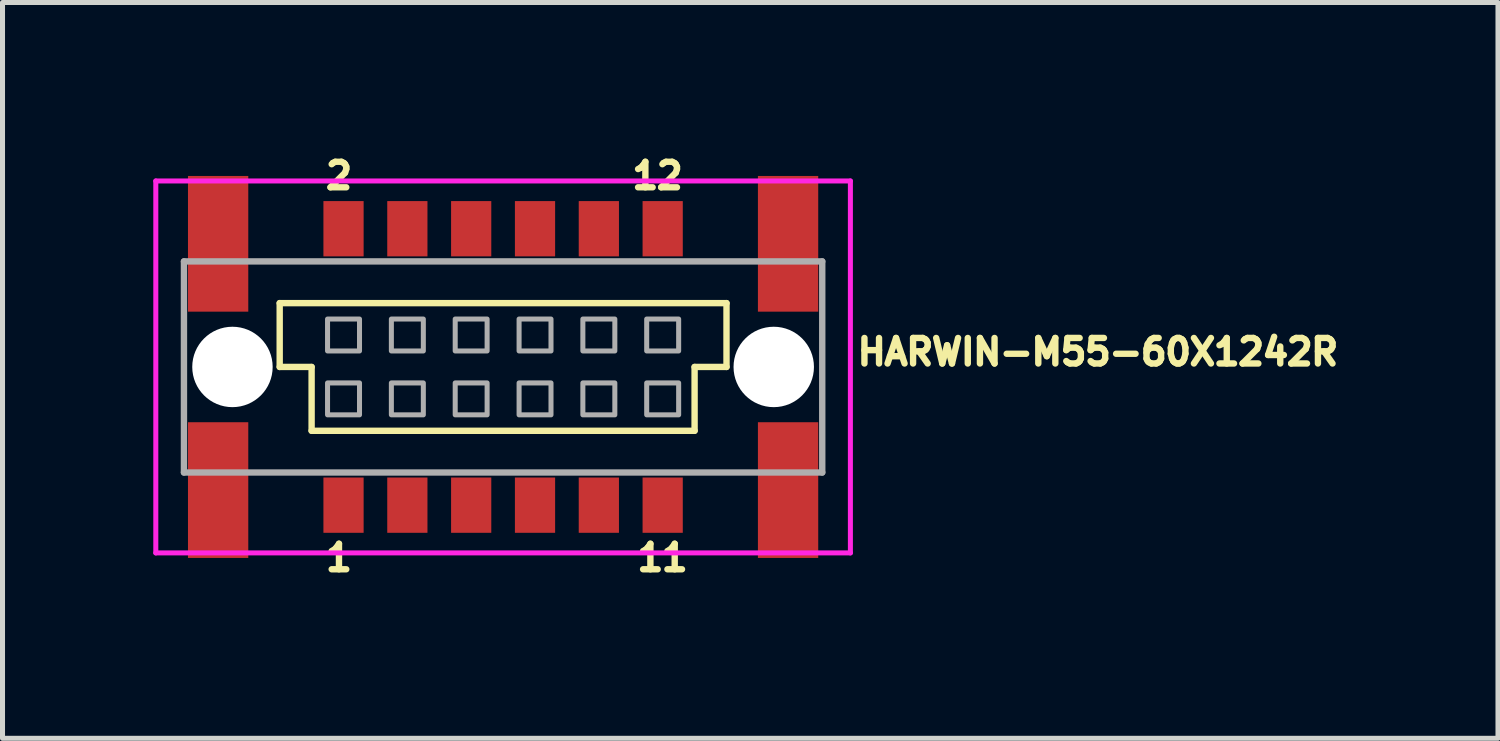
<source format=kicad_pcb>
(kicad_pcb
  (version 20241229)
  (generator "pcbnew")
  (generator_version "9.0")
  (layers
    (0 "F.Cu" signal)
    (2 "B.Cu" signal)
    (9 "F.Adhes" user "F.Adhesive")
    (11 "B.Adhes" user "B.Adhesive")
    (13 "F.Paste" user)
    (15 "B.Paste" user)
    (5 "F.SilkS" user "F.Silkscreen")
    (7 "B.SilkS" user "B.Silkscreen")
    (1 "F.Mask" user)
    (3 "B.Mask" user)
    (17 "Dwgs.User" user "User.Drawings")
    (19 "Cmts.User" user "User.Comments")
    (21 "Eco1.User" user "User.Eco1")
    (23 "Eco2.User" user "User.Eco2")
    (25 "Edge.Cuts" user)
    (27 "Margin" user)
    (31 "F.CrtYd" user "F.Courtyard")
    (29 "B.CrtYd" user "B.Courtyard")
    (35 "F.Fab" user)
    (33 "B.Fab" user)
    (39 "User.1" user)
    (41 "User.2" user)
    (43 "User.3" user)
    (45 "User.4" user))
  (footprint "HARWIN-M55-60X1242R"
    (layer "F.Cu")
    (at 6.96 4.251)
    (property "Reference" "HARWIN-M55-60X1242R" (at 6.985 0 0) (layer "F.SilkS") (effects (font (size 0.508 0.508) (thickness 0.127)) (justify left bottom)))
    (fp_line (start -4.445 -1.27) (end -4.445 0) (stroke (width 0.127) (type solid)) (layer "F.SilkS"))
    (fp_line (start -4.445 0) (end -3.81 0) (stroke (width 0.127) (type solid)) (layer "F.SilkS"))
    (fp_line (start -3.81 0) (end -3.81 1.27) (stroke (width 0.127) (type solid)) (layer "F.SilkS"))
    (fp_line (start -3.81 1.27) (end 3.81 1.27) (stroke (width 0.127) (type solid)) (layer "F.SilkS"))
    (fp_line (start 3.81 0) (end 4.445 0) (stroke (width 0.127) (type solid)) (layer "F.SilkS"))
    (fp_line (start 3.81 1.27) (end 3.81 0) (stroke (width 0.127) (type solid)) (layer "F.SilkS"))
    (fp_line (start 4.445 -1.27) (end -4.445 -1.27) (stroke (width 0.127) (type solid)) (layer "F.SilkS"))
    (fp_line (start 4.445 0) (end 4.445 -1.27) (stroke (width 0.127) (type solid)) (layer "F.SilkS"))
    (fp_line (start -6.91 -3.7) (end 6.91 -3.7) (stroke (width 0.1) (type solid)) (layer "F.CrtYd"))
    (fp_line (start -6.91 3.7) (end -6.91 -3.7) (stroke (width 0.1) (type solid)) (layer "F.CrtYd"))
    (fp_line (start 6.91 -3.7) (end 6.91 3.7) (stroke (width 0.1) (type solid)) (layer "F.CrtYd"))
    (fp_line (start 6.91 3.7) (end -6.91 3.7) (stroke (width 0.1) (type solid)) (layer "F.CrtYd"))
    (fp_line (start -6.35 2.1) (end -6.35 -2.1) (stroke (width 0.127) (type solid)) (layer "F.Fab"))
    (fp_line (start 6.35 -2.1) (end -6.35 -2.1) (stroke (width 0.127) (type solid)) (layer "F.Fab"))
    (fp_line (start 6.35 -2.1) (end 6.35 2.1) (stroke (width 0.127) (type solid)) (layer "F.Fab"))
    (fp_line (start 6.35 2.1) (end -6.35 2.1) (stroke (width 0.127) (type solid)) (layer "F.Fab"))
    (fp_poly (pts (xy -3.493 -0.318) (xy -2.857 -0.318) (xy -2.857 -0.953) (xy -3.493 -0.953)) (stroke (width 0.1) (type solid)) (fill no) (layer "F.Fab"))
    (fp_poly (pts (xy -3.493 0.953) (xy -2.857 0.953) (xy -2.857 0.318) (xy -3.493 0.318)) (stroke (width 0.1) (type solid)) (fill no) (layer "F.Fab"))
    (fp_poly (pts (xy -2.223 -0.318) (xy -1.587 -0.318) (xy -1.587 -0.953) (xy -2.223 -0.953)) (stroke (width 0.1) (type solid)) (fill no) (layer "F.Fab"))
    (fp_poly (pts (xy -2.223 0.953) (xy -1.587 0.953) (xy -1.587 0.318) (xy -2.223 0.318)) (stroke (width 0.1) (type solid)) (fill no) (layer "F.Fab"))
    (fp_poly (pts (xy -0.953 -0.318) (xy -0.318 -0.318) (xy -0.318 -0.953) (xy -0.953 -0.953)) (stroke (width 0.1) (type solid)) (fill no) (layer "F.Fab"))
    (fp_poly (pts (xy -0.953 0.953) (xy -0.318 0.953) (xy -0.318 0.318) (xy -0.953 0.318)) (stroke (width 0.1) (type solid)) (fill no) (layer "F.Fab"))
    (fp_poly (pts (xy 0.318 -0.318) (xy 0.953 -0.318) (xy 0.953 -0.953) (xy 0.318 -0.953)) (stroke (width 0.1) (type solid)) (fill no) (layer "F.Fab"))
    (fp_poly (pts (xy 0.318 0.953) (xy 0.953 0.953) (xy 0.953 0.318) (xy 0.318 0.318)) (stroke (width 0.1) (type solid)) (fill no) (layer "F.Fab"))
    (fp_poly (pts (xy 1.587 -0.318) (xy 2.223 -0.318) (xy 2.223 -0.953) (xy 1.587 -0.953)) (stroke (width 0.1) (type solid)) (fill no) (layer "F.Fab"))
    (fp_poly (pts (xy 1.587 0.953) (xy 2.223 0.953) (xy 2.223 0.318) (xy 1.587 0.318)) (stroke (width 0.1) (type solid)) (fill no) (layer "F.Fab"))
    (fp_poly (pts (xy 2.857 -0.318) (xy 3.493 -0.318) (xy 3.493 -0.953) (xy 2.857 -0.953)) (stroke (width 0.1) (type solid)) (fill no) (layer "F.Fab"))
    (fp_poly (pts (xy 2.857 0.953) (xy 3.493 0.953) (xy 3.493 0.318) (xy 2.857 0.318)) (stroke (width 0.1) (type solid)) (fill no) (layer "F.Fab"))
    (fp_text user "1" (at -2.94 3.5 0) (layer "F.SilkS") (effects (font (size 0.508 0.508) (thickness 0.127)) (justify right top)))
    (fp_text user "2" (at -2.94 -4.1 0) (layer "F.SilkS") (effects (font (size 0.508 0.508) (thickness 0.127)) (justify right top)))
    (fp_text user "11" (at 3.74 3.5 0) (layer "F.SilkS") (effects (font (size 0.508 0.508) (thickness 0.127)) (justify right top)))
    (fp_text user "12" (at 3.64 -4.1 0) (layer "F.SilkS") (effects (font (size 0.508 0.508) (thickness 0.127)) (justify right top)))
    (pad "" np_thru_hole circle (at -5.385 0) (size 1.6 1.6) (drill 1.6) (layers "*.Cu" "*.Mask"))
    (pad "" np_thru_hole circle (at 5.385 0) (size 1.6 1.6) (drill 1.6) (layers "*.Cu" "*.Mask"))
    (pad "1" smd rect (at -3.175 2.75 180) (size 0.8 1.1) (layers "F.Cu" "F.Mask" "F.Paste"))
    (pad "2" smd rect (at -3.175 -2.75 180) (size 0.8 1.1) (layers "F.Cu" "F.Mask" "F.Paste"))
    (pad "3" smd rect (at -1.905 2.75 180) (size 0.8 1.1) (layers "F.Cu" "F.Mask" "F.Paste"))
    (pad "4" smd rect (at -1.905 -2.75 180) (size 0.8 1.1) (layers "F.Cu" "F.Mask" "F.Paste"))
    (pad "5" smd rect (at -0.635 2.75 180) (size 0.8 1.1) (layers "F.Cu" "F.Mask" "F.Paste"))
    (pad "6" smd rect (at -0.635 -2.75 180) (size 0.8 1.1) (layers "F.Cu" "F.Mask" "F.Paste"))
    (pad "7" smd rect (at 0.635 2.75 180) (size 0.8 1.1) (layers "F.Cu" "F.Mask" "F.Paste"))
    (pad "8" smd rect (at 0.635 -2.75 180) (size 0.8 1.1) (layers "F.Cu" "F.Mask" "F.Paste"))
    (pad "9" smd rect (at 1.905 2.75 180) (size 0.8 1.1) (layers "F.Cu" "F.Mask" "F.Paste"))
    (pad "10" smd rect (at 1.905 -2.75 180) (size 0.8 1.1) (layers "F.Cu" "F.Mask" "F.Paste"))
    (pad "11" smd rect (at 3.175 2.75 180) (size 0.8 1.1) (layers "F.Cu" "F.Mask" "F.Paste"))
    (pad "12" smd rect (at 3.175 -2.75 180) (size 0.8 1.1) (layers "F.Cu" "F.Mask" "F.Paste"))
    (pad "P$1" smd rect (at -5.67 2.45 90) (size 2.7 1.2) (layers "F.Cu" "F.Mask" "F.Paste"))
    (pad "P$2" smd rect (at -5.67 -2.45 90) (size 2.7 1.2) (layers "F.Cu" "F.Mask" "F.Paste"))
    (pad "P$3" smd rect (at 5.67 -2.45 90) (size 2.7 1.2) (layers "F.Cu" "F.Mask" "F.Paste"))
    (pad "P$4" smd rect (at 5.67 2.45 90) (size 2.7 1.2) (layers "F.Cu" "F.Mask" "F.Paste")))
  (gr_rect
    (start -3 -3)
    (end 26.755 11.64)
    (stroke (width 0.1) (type default))
    (fill no)
    (layer "Edge.Cuts")))
</source>
